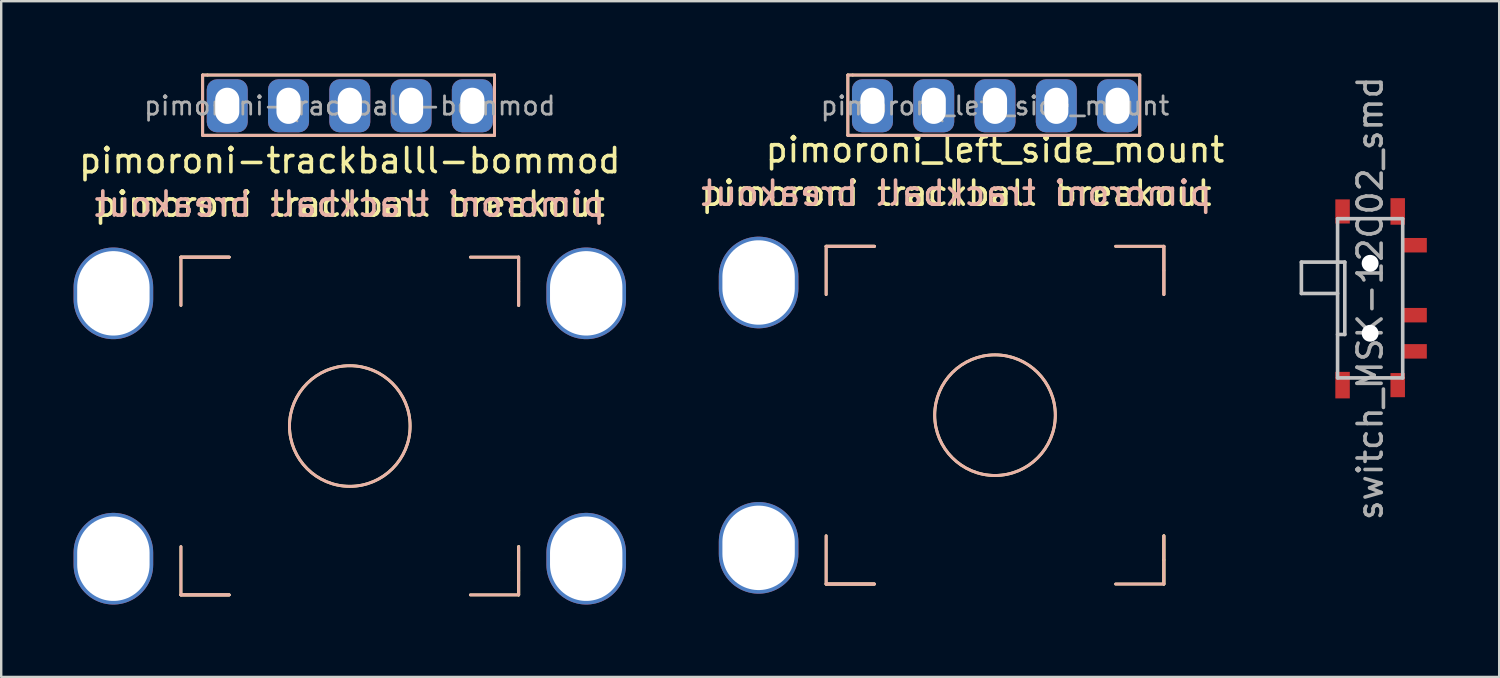
<source format=kicad_pcb>
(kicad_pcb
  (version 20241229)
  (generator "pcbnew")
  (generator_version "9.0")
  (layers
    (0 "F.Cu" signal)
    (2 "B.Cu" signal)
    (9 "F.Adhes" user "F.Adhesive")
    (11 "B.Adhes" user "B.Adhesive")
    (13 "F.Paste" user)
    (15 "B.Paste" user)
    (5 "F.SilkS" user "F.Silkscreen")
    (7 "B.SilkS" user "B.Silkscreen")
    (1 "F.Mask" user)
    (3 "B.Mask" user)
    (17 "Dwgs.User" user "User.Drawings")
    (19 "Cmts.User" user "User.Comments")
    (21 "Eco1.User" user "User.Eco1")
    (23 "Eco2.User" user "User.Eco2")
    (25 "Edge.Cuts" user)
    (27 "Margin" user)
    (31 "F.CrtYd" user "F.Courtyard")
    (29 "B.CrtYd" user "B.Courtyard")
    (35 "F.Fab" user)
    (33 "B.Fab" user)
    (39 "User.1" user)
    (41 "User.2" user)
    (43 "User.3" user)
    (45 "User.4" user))
  (footprint "pimoroni-trackballl-bommod"
    (layer "F.Cu")
    (at 11.45 14.61)
    (property "Reference" "pimoroni-trackballl-bommod" (at 0 -11 180) (layer "F.SilkS") (effects (font (size 1 1) (thickness 0.15))))
    (attr through_hole)
    (fp_line (start -7 -7) (end -7 -5) (stroke (width 0.12) (type solid)) (layer "F.SilkS"))
    (fp_line (start -7 -7) (end -5 -7) (stroke (width 0.12) (type solid)) (layer "F.SilkS"))
    (fp_line (start -7 7) (end -7 5) (stroke (width 0.12) (type solid)) (layer "F.SilkS"))
    (fp_line (start -7 7) (end -5 7) (stroke (width 0.12) (type solid)) (layer "F.SilkS"))
    (fp_line (start -6.1 -14.55) (end -5.9 -14.55) (stroke (width 0.12) (type solid)) (layer "F.SilkS"))
    (fp_line (start -6.1 -12.05) (end -6.1 -14.55) (stroke (width 0.12) (type solid)) (layer "F.SilkS"))
    (fp_line (start -5.9 -14.55) (end 6 -14.55) (stroke (width 0.12) (type solid)) (layer "F.SilkS"))
    (fp_line (start -5 -7) (end -7 -7) (stroke (width 0.12) (type solid)) (layer "F.SilkS"))
    (fp_line (start -5 7) (end -7 7) (stroke (width 0.12) (type solid)) (layer "F.SilkS"))
    (fp_line (start 6 -14.55) (end 6 -12.05) (stroke (width 0.12) (type solid)) (layer "F.SilkS"))
    (fp_line (start 6 -12.05) (end -6.1 -12.05) (stroke (width 0.12) (type solid)) (layer "F.SilkS"))
    (fp_line (start 7 -7) (end 5 -7) (stroke (width 0.12) (type solid)) (layer "F.SilkS"))
    (fp_line (start 7 -7) (end 7 -5) (stroke (width 0.12) (type solid)) (layer "F.SilkS"))
    (fp_line (start 7 5) (end 7 7) (stroke (width 0.12) (type solid)) (layer "F.SilkS"))
    (fp_line (start 7 6) (end 7 5) (stroke (width 0.12) (type solid)) (layer "F.SilkS"))
    (fp_line (start 7 7) (end 5 7) (stroke (width 0.12) (type solid)) (layer "F.SilkS"))
    (fp_line (start 7 7) (end 7 6) (stroke (width 0.12) (type solid)) (layer "F.SilkS"))
    (fp_circle (center 0 0) (end 0 -2.5) (stroke (width 0.12) (type solid)) (fill no) (layer "F.SilkS"))
    (fp_line (start -7 -7) (end -7 -5) (stroke (width 0.12) (type solid)) (layer "B.SilkS"))
    (fp_line (start -7 -7) (end -5 -7) (stroke (width 0.12) (type solid)) (layer "B.SilkS"))
    (fp_line (start -7 7) (end -7 5) (stroke (width 0.12) (type solid)) (layer "B.SilkS"))
    (fp_line (start -7 7) (end -5 7) (stroke (width 0.12) (type solid)) (layer "B.SilkS"))
    (fp_line (start -6.1 -14.55) (end -6.1 -12.05) (stroke (width 0.12) (type solid)) (layer "B.SilkS"))
    (fp_line (start -6.1 -12.05) (end -5.9 -12.05) (stroke (width 0.12) (type solid)) (layer "B.SilkS"))
    (fp_line (start -5.9 -12.05) (end 6 -12.05) (stroke (width 0.12) (type solid)) (layer "B.SilkS"))
    (fp_line (start -5 -7) (end -7 -7) (stroke (width 0.12) (type solid)) (layer "B.SilkS"))
    (fp_line (start -5 7) (end -7 7) (stroke (width 0.12) (type solid)) (layer "B.SilkS"))
    (fp_line (start 6 -14.55) (end -6.1 -14.55) (stroke (width 0.12) (type solid)) (layer "B.SilkS"))
    (fp_line (start 6 -12.05) (end 6 -14.55) (stroke (width 0.12) (type solid)) (layer "B.SilkS"))
    (fp_line (start 7 -7) (end 5 -7) (stroke (width 0.12) (type solid)) (layer "B.SilkS"))
    (fp_line (start 7 -7) (end 7 -6) (stroke (width 0.12) (type solid)) (layer "B.SilkS"))
    (fp_line (start 7 -6) (end 7 -5) (stroke (width 0.12) (type solid)) (layer "B.SilkS"))
    (fp_line (start 7 -5) (end 7 -7) (stroke (width 0.12) (type solid)) (layer "B.SilkS"))
    (fp_line (start 7 7) (end 5 7) (stroke (width 0.12) (type solid)) (layer "B.SilkS"))
    (fp_line (start 7 7) (end 7 5) (stroke (width 0.12) (type solid)) (layer "B.SilkS"))
    (fp_circle (center 0 0) (end 0 2.5) (stroke (width 0.12) (type solid)) (fill no) (layer "B.SilkS"))
    (fp_line (start -2.5 -12.957) (end -2.5 -13.909) (stroke (width 0.1) (type solid)) (layer "F.Fab"))
    (fp_line (start -2.183 -12.639) (end -2.5 -12.957) (stroke (width 0.1) (type solid)) (layer "F.Fab"))
    (fp_line (start 2.5 -13.909) (end 2.5 -12.639) (stroke (width 0.1) (type solid)) (layer "F.Fab"))
    (fp_text user "pimoroni trackball breakout" (at 0 -9.2 0) (layer "F.SilkS") (effects (font (size 1 1) (thickness 0.15))))
    (fp_text user "pimoroni trackball breakout" (at 0 -9.2 0) (layer "B.SilkS") (effects (font (size 1 1) (thickness 0.15)) (justify mirror)))
    (fp_text user "${REFERENCE}" (at 0 -13.274 180) (layer "F.Fab") (effects (font (size 0.76 0.76) (thickness 0.114))))
    (pad "1" thru_hole roundrect (at -5.08 -13.274 90) (size 2.2 1.7) (drill oval 1.5 1) (layers "*.Cu" "*.Mask") (roundrect_rratio 0.25))
    (pad "2" thru_hole roundrect (at -2.54 -13.274 180) (size 1.7 2.2) (drill oval 1 1.5) (layers "*.Cu" "*.Mask") (roundrect_rratio 0.25))
    (pad "3" thru_hole roundrect (at 0 -13.274 180) (size 1.7 2.2) (drill oval 1 1.5) (layers "*.Cu" "*.Mask") (roundrect_rratio 0.25))
    (pad "4" thru_hole roundrect (at 2.54 -13.274 180) (size 1.7 2.2) (drill oval 1 1.5) (layers "*.Cu" "*.Mask") (roundrect_rratio 0.25))
    (pad "5" thru_hole roundrect (at 5.08 -13.274 180) (size 1.7 2.2) (drill oval 1 1.5) (layers "*.Cu" "*.Mask") (roundrect_rratio 0.25))
    (pad "6" thru_hole oval (at 9.8 -5.5 90) (size 3.8 3.3) (drill oval 3.5 3) (layers "*.Cu" "*.Mask"))
    (pad "7" thru_hole oval (at 9.8 5.5 90) (size 3.8 3.3) (drill oval 3.5 3) (layers "*.Cu" "*.Mask"))
    (pad "8" thru_hole oval (at -9.8 5.5 90) (size 3.8 3.3) (drill oval 3.5 3) (layers "*.Cu" "*.Mask"))
    (pad "9" thru_hole oval (at -9.8 -5.5 90) (size 3.8 3.3) (drill oval 3.5 3) (layers "*.Cu" "*.Mask")))
  (footprint "switch_MSK-12C02_smd"
    (layer "F.Cu")
    (at 52.396 9.315)
    (property "Reference" "switch_MSK-12C02_smd" (at 1.35 0 90) (layer "F.Fab") (effects (font (size 1 1) (thickness 0.15))))
    (attr smd)
    (fp_line (start -1.5 -1.5) (end 0 -1.5) (stroke (width 0.15) (type solid)) (layer "Dwgs.User"))
    (fp_line (start -1.5 -0.2) (end -1.5 -1.5) (stroke (width 0.15) (type solid)) (layer "Dwgs.User"))
    (fp_line (start 0 -3.3) (end 0 3.3) (stroke (width 0.15) (type solid)) (layer "Dwgs.User"))
    (fp_line (start 0 -3.3) (end 2.7 -3.3) (stroke (width 0.15) (type solid)) (layer "Dwgs.User"))
    (fp_line (start 0 -0.2) (end -1.5 -0.2) (stroke (width 0.15) (type solid)) (layer "Dwgs.User"))
    (fp_line (start 0 3.3) (end 2.7 3.3) (stroke (width 0.15) (type solid)) (layer "Dwgs.User"))
    (fp_line (start 0.3 -1.5) (end 0 -1.5) (stroke (width 0.15) (type solid)) (layer "Dwgs.User"))
    (fp_line (start 0.3 1.5) (end 0 1.5) (stroke (width 0.15) (type solid)) (layer "Dwgs.User"))
    (fp_line (start 0.3 1.5) (end 0.3 -1.5) (stroke (width 0.15) (type solid)) (layer "Dwgs.User"))
    (fp_line (start 2.7 -3.3) (end 2.7 3.3) (stroke (width 0.15) (type solid)) (layer "Dwgs.User"))
    (pad "" smd rect (at 0.207 -3.6 90) (size 1 0.6) (layers "F.Cu" "F.Mask" "F.Paste"))
    (pad "" smd rect (at 0.207 3.6 90) (size 1.1 0.6) (layers "F.Cu" "F.Mask" "F.Paste"))
    (pad "" np_thru_hole circle (at 1.35 -1.45 180) (size 0.7 0.7) (drill 0.7) (layers "*.Cu" "*.Mask"))
    (pad "" np_thru_hole circle (at 1.35 1.45 180) (size 0.7 0.7) (drill 0.7) (layers "*.Cu" "*.Mask"))
    (pad "" smd rect (at 2.493 -3.6 90) (size 1.1 0.6) (layers "F.Cu" "F.Mask" "F.Paste"))
    (pad "" smd rect (at 2.493 3.6 90) (size 1 0.6) (layers "F.Cu" "F.Mask" "F.Paste"))
    (pad "1" smd rect (at 3.2 -2.2 180) (size 1 0.6) (layers "F.Cu" "F.Mask" "F.Paste"))
    (pad "2" smd rect (at 3.2 0.7 180) (size 1 0.6) (layers "F.Cu" "F.Mask" "F.Paste"))
    (pad "3" smd rect (at 3.2 2.2 180) (size 1 0.6) (layers "F.Cu" "F.Mask" "F.Paste")))
  (footprint "pimoroni_left_side_mount"
    (layer "F.Cu")
    (at 38.196 14.16)
    (property "Reference" "pimoroni_left_side_mount" (at 0 -11 180) (layer "F.SilkS") (effects (font (size 1 1) (thickness 0.15))))
    (attr through_hole)
    (fp_line (start -7 -7) (end -7 -5) (stroke (width 0.12) (type solid)) (layer "F.SilkS"))
    (fp_line (start -7 -7) (end -5 -7) (stroke (width 0.12) (type solid)) (layer "F.SilkS"))
    (fp_line (start -7 7) (end -7 5) (stroke (width 0.12) (type solid)) (layer "F.SilkS"))
    (fp_line (start -7 7) (end -5 7) (stroke (width 0.12) (type solid)) (layer "F.SilkS"))
    (fp_line (start -6.1 -14.1) (end -5.9 -14.1) (stroke (width 0.12) (type solid)) (layer "F.SilkS"))
    (fp_line (start -6.1 -11.6) (end -6.1 -14.1) (stroke (width 0.12) (type solid)) (layer "F.SilkS"))
    (fp_line (start -5.9 -14.1) (end 6 -14.1) (stroke (width 0.12) (type solid)) (layer "F.SilkS"))
    (fp_line (start -5 -7) (end -7 -7) (stroke (width 0.12) (type solid)) (layer "F.SilkS"))
    (fp_line (start -5 7) (end -7 7) (stroke (width 0.12) (type solid)) (layer "F.SilkS"))
    (fp_line (start 6 -14.1) (end 6 -11.6) (stroke (width 0.12) (type solid)) (layer "F.SilkS"))
    (fp_line (start 6 -11.6) (end -6.1 -11.6) (stroke (width 0.12) (type solid)) (layer "F.SilkS"))
    (fp_line (start 7 -7) (end 5 -7) (stroke (width 0.12) (type solid)) (layer "F.SilkS"))
    (fp_line (start 7 -7) (end 7 -5) (stroke (width 0.12) (type solid)) (layer "F.SilkS"))
    (fp_line (start 7 5) (end 7 7) (stroke (width 0.12) (type solid)) (layer "F.SilkS"))
    (fp_line (start 7 6) (end 7 5) (stroke (width 0.12) (type solid)) (layer "F.SilkS"))
    (fp_line (start 7 7) (end 5 7) (stroke (width 0.12) (type solid)) (layer "F.SilkS"))
    (fp_line (start 7 7) (end 7 6) (stroke (width 0.12) (type solid)) (layer "F.SilkS"))
    (fp_circle (center 0 0) (end 0 -2.5) (stroke (width 0.12) (type solid)) (fill no) (layer "F.SilkS"))
    (fp_line (start -7 -7) (end -7 -5) (stroke (width 0.12) (type solid)) (layer "B.SilkS"))
    (fp_line (start -7 -7) (end -5 -7) (stroke (width 0.12) (type solid)) (layer "B.SilkS"))
    (fp_line (start -7 7) (end -7 5) (stroke (width 0.12) (type solid)) (layer "B.SilkS"))
    (fp_line (start -7 7) (end -5 7) (stroke (width 0.12) (type solid)) (layer "B.SilkS"))
    (fp_line (start -6.1 -14.1) (end -6.1 -11.6) (stroke (width 0.12) (type solid)) (layer "B.SilkS"))
    (fp_line (start -6.1 -11.6) (end -5.9 -11.6) (stroke (width 0.12) (type solid)) (layer "B.SilkS"))
    (fp_line (start -5.9 -11.6) (end 6 -11.6) (stroke (width 0.12) (type solid)) (layer "B.SilkS"))
    (fp_line (start -5 -7) (end -7 -7) (stroke (width 0.12) (type solid)) (layer "B.SilkS"))
    (fp_line (start -5 7) (end -7 7) (stroke (width 0.12) (type solid)) (layer "B.SilkS"))
    (fp_line (start 6 -14.1) (end -6.1 -14.1) (stroke (width 0.12) (type solid)) (layer "B.SilkS"))
    (fp_line (start 6 -11.6) (end 6 -14.1) (stroke (width 0.12) (type solid)) (layer "B.SilkS"))
    (fp_line (start 7 -7) (end 5 -7) (stroke (width 0.12) (type solid)) (layer "B.SilkS"))
    (fp_line (start 7 -7) (end 7 -6) (stroke (width 0.12) (type solid)) (layer "B.SilkS"))
    (fp_line (start 7 -6) (end 7 -5) (stroke (width 0.12) (type solid)) (layer "B.SilkS"))
    (fp_line (start 7 -5) (end 7 -7) (stroke (width 0.12) (type solid)) (layer "B.SilkS"))
    (fp_line (start 7 7) (end 5 7) (stroke (width 0.12) (type solid)) (layer "B.SilkS"))
    (fp_line (start 7 7) (end 7 5) (stroke (width 0.12) (type solid)) (layer "B.SilkS"))
    (fp_circle (center 0 0) (end 0 2.5) (stroke (width 0.12) (type solid)) (fill no) (layer "B.SilkS"))
    (fp_line (start -2.5 -12.507) (end -2.5 -13.459) (stroke (width 0.1) (type solid)) (layer "F.Fab"))
    (fp_line (start -2.183 -12.189) (end -2.5 -12.507) (stroke (width 0.1) (type solid)) (layer "F.Fab"))
    (fp_line (start 2.5 -13.459) (end 2.5 -12.189) (stroke (width 0.1) (type solid)) (layer "F.Fab"))
    (fp_text user "pimoroni trackball breakout" (at -1.6 -9.2 0) (layer "F.SilkS") (effects (font (size 1 1) (thickness 0.15))))
    (fp_text user "pimoroni trackball breakout" (at -1.6 -9.2 0) (layer "B.SilkS") (effects (font (size 1 1) (thickness 0.15)) (justify mirror)))
    (fp_text user "${REFERENCE}" (at 0 -12.824 180) (layer "F.Fab") (effects (font (size 0.76 0.76) (thickness 0.114))))
    (pad "1" thru_hole roundrect (at -5.08 -12.824 90) (size 2.2 1.7) (drill oval 1.5 1) (layers "*.Cu" "*.Mask") (roundrect_rratio 0.25))
    (pad "2" thru_hole roundrect (at -2.54 -12.824 180) (size 1.7 2.2) (drill oval 1 1.5) (layers "*.Cu" "*.Mask") (roundrect_rratio 0.25))
    (pad "3" thru_hole roundrect (at 0 -12.824 180) (size 1.7 2.2) (drill oval 1 1.5) (layers "*.Cu" "*.Mask") (roundrect_rratio 0.25))
    (pad "4" thru_hole roundrect (at 2.54 -12.824 180) (size 1.7 2.2) (drill oval 1 1.5) (layers "*.Cu" "*.Mask") (roundrect_rratio 0.25))
    (pad "5" thru_hole roundrect (at 5.08 -12.824 180) (size 1.7 2.2) (drill oval 1 1.5) (layers "*.Cu" "*.Mask") (roundrect_rratio 0.25))
    (pad "8" thru_hole oval (at -9.8 5.5 90) (size 3.8 3.3) (drill oval 3.5 3) (layers "*.Cu" "*.Mask"))
    (pad "9" thru_hole oval (at -9.8 -5.5 90) (size 3.8 3.3) (drill oval 3.5 3) (layers "*.Cu" "*.Mask")))
  (gr_rect
    (start -3 -3)
    (end 59.096 25.01)
    (stroke (width 0.1) (type default))
    (fill no)
    (layer "Edge.Cuts")))
</source>
